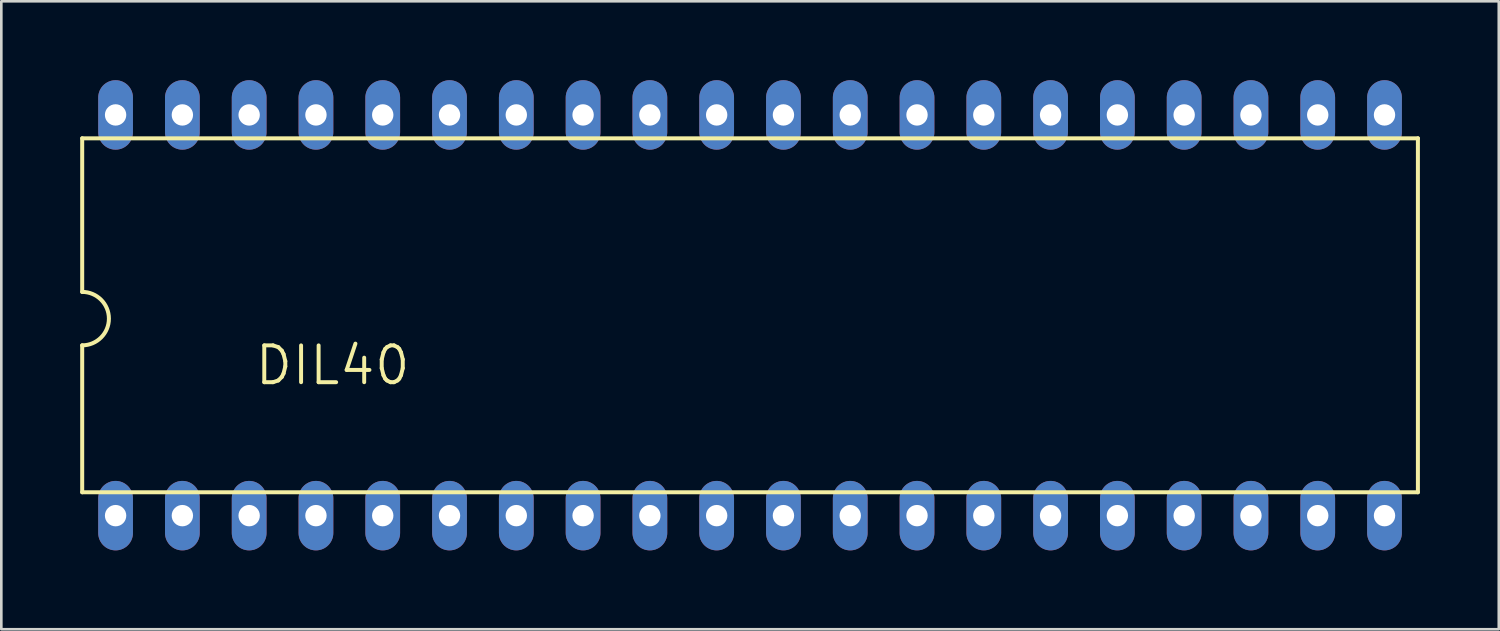
<source format=kicad_pcb>
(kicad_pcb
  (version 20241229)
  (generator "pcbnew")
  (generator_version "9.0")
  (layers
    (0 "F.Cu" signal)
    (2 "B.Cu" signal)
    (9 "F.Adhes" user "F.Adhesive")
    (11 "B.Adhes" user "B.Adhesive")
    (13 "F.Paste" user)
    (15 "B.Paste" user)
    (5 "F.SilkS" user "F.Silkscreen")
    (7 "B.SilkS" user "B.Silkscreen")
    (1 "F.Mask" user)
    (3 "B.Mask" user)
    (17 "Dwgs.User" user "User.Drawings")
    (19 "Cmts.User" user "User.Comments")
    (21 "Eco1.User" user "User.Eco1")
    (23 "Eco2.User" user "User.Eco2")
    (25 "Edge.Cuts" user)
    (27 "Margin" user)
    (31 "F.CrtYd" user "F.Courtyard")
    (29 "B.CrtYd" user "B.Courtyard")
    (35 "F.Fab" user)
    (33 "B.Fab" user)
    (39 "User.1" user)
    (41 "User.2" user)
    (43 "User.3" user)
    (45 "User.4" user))
  (footprint "DIL40"
    (layer "F.Cu")
    (at 25.476 8.941)
    (property "Reference" "DIL40" (at -15.875 1.905 0) (layer "F.SilkS") (effects (font (size 1.4 1.4) (thickness 0.15))))
    (attr through_hole)
    (fp_line (start -25.4 -6.731) (end -25.4 -0.889) (stroke (width 0.152) (type solid)) (layer "F.SilkS"))
    (fp_line (start -25.4 6.731) (end -25.4 1.143) (stroke (width 0.152) (type solid)) (layer "F.SilkS"))
    (fp_line (start -25.4 6.731) (end 25.4 6.731) (stroke (width 0.152) (type solid)) (layer "F.SilkS"))
    (fp_line (start 25.4 -6.731) (end -25.4 -6.731) (stroke (width 0.152) (type solid)) (layer "F.SilkS"))
    (fp_line (start 25.4 -6.731) (end 25.4 6.731) (stroke (width 0.152) (type solid)) (layer "F.SilkS"))
    (fp_arc (start -25.4 -0.889) (mid -24.384 0.127) (end -25.4 1.143) (stroke (width 0.1524) (type solid)) (layer "F.SilkS"))
    (pad "1" thru_hole oval (at -24.13 7.62) (size 1.321 2.642) (drill 0.813) (layers "*.Cu" "*.Mask"))
    (pad "2" thru_hole oval (at -21.59 7.62) (size 1.321 2.642) (drill 0.813) (layers "*.Cu" "*.Mask"))
    (pad "3" thru_hole oval (at -19.05 7.62) (size 1.321 2.642) (drill 0.813) (layers "*.Cu" "*.Mask"))
    (pad "4" thru_hole oval (at -16.51 7.62) (size 1.321 2.642) (drill 0.813) (layers "*.Cu" "*.Mask"))
    (pad "5" thru_hole oval (at -13.97 7.62) (size 1.321 2.642) (drill 0.813) (layers "*.Cu" "*.Mask"))
    (pad "6" thru_hole oval (at -11.43 7.62) (size 1.321 2.642) (drill 0.813) (layers "*.Cu" "*.Mask"))
    (pad "7" thru_hole oval (at -8.89 7.62) (size 1.321 2.642) (drill 0.813) (layers "*.Cu" "*.Mask"))
    (pad "8" thru_hole oval (at -6.35 7.62) (size 1.321 2.642) (drill 0.813) (layers "*.Cu" "*.Mask"))
    (pad "9" thru_hole oval (at -3.81 7.62) (size 1.321 2.642) (drill 0.813) (layers "*.Cu" "*.Mask"))
    (pad "10" thru_hole oval (at -1.27 7.62) (size 1.321 2.642) (drill 0.813) (layers "*.Cu" "*.Mask"))
    (pad "11" thru_hole oval (at 1.27 7.62) (size 1.321 2.642) (drill 0.813) (layers "*.Cu" "*.Mask"))
    (pad "12" thru_hole oval (at 3.81 7.62) (size 1.321 2.642) (drill 0.813) (layers "*.Cu" "*.Mask"))
    (pad "13" thru_hole oval (at 6.35 7.62) (size 1.321 2.642) (drill 0.813) (layers "*.Cu" "*.Mask"))
    (pad "14" thru_hole oval (at 8.89 7.62) (size 1.321 2.642) (drill 0.813) (layers "*.Cu" "*.Mask"))
    (pad "15" thru_hole oval (at 11.43 7.62) (size 1.321 2.642) (drill 0.813) (layers "*.Cu" "*.Mask"))
    (pad "16" thru_hole oval (at 13.97 7.62) (size 1.321 2.642) (drill 0.813) (layers "*.Cu" "*.Mask"))
    (pad "17" thru_hole oval (at 16.51 7.62) (size 1.321 2.642) (drill 0.813) (layers "*.Cu" "*.Mask"))
    (pad "18" thru_hole oval (at 19.05 7.62) (size 1.321 2.642) (drill 0.813) (layers "*.Cu" "*.Mask"))
    (pad "19" thru_hole oval (at 21.59 7.62) (size 1.321 2.642) (drill 0.813) (layers "*.Cu" "*.Mask"))
    (pad "20" thru_hole oval (at 24.13 7.62) (size 1.321 2.642) (drill 0.813) (layers "*.Cu" "*.Mask"))
    (pad "21" thru_hole oval (at 24.13 -7.62) (size 1.321 2.642) (drill 0.813) (layers "*.Cu" "*.Mask"))
    (pad "22" thru_hole oval (at 21.59 -7.62) (size 1.321 2.642) (drill 0.813) (layers "*.Cu" "*.Mask"))
    (pad "23" thru_hole oval (at 19.05 -7.62) (size 1.321 2.642) (drill 0.813) (layers "*.Cu" "*.Mask"))
    (pad "24" thru_hole oval (at 16.51 -7.62) (size 1.321 2.642) (drill 0.813) (layers "*.Cu" "*.Mask"))
    (pad "25" thru_hole oval (at 13.97 -7.62) (size 1.321 2.642) (drill 0.813) (layers "*.Cu" "*.Mask"))
    (pad "26" thru_hole oval (at 11.43 -7.62) (size 1.321 2.642) (drill 0.813) (layers "*.Cu" "*.Mask"))
    (pad "27" thru_hole oval (at 8.89 -7.62) (size 1.321 2.642) (drill 0.813) (layers "*.Cu" "*.Mask"))
    (pad "28" thru_hole oval (at 6.35 -7.62) (size 1.321 2.642) (drill 0.813) (layers "*.Cu" "*.Mask"))
    (pad "29" thru_hole oval (at 3.81 -7.62) (size 1.321 2.642) (drill 0.813) (layers "*.Cu" "*.Mask"))
    (pad "30" thru_hole oval (at 1.27 -7.62) (size 1.321 2.642) (drill 0.813) (layers "*.Cu" "*.Mask"))
    (pad "31" thru_hole oval (at -1.27 -7.62) (size 1.321 2.642) (drill 0.813) (layers "*.Cu" "*.Mask"))
    (pad "32" thru_hole oval (at -3.81 -7.62) (size 1.321 2.642) (drill 0.813) (layers "*.Cu" "*.Mask"))
    (pad "33" thru_hole oval (at -6.35 -7.62) (size 1.321 2.642) (drill 0.813) (layers "*.Cu" "*.Mask"))
    (pad "34" thru_hole oval (at -8.89 -7.62) (size 1.321 2.642) (drill 0.813) (layers "*.Cu" "*.Mask"))
    (pad "35" thru_hole oval (at -11.43 -7.62) (size 1.321 2.642) (drill 0.813) (layers "*.Cu" "*.Mask"))
    (pad "36" thru_hole oval (at -13.97 -7.62) (size 1.321 2.642) (drill 0.813) (layers "*.Cu" "*.Mask"))
    (pad "37" thru_hole oval (at -16.51 -7.62) (size 1.321 2.642) (drill 0.813) (layers "*.Cu" "*.Mask"))
    (pad "38" thru_hole oval (at -19.05 -7.62) (size 1.321 2.642) (drill 0.813) (layers "*.Cu" "*.Mask"))
    (pad "39" thru_hole oval (at -21.59 -7.62) (size 1.321 2.642) (drill 0.813) (layers "*.Cu" "*.Mask"))
    (pad "40" thru_hole oval (at -24.13 -7.62) (size 1.321 2.642) (drill 0.813) (layers "*.Cu" "*.Mask")))
  (gr_rect
    (start -3 -3)
    (end 53.952 20.882)
    (stroke (width 0.1) (type default))
    (fill no)
    (layer "Edge.Cuts")))
</source>
